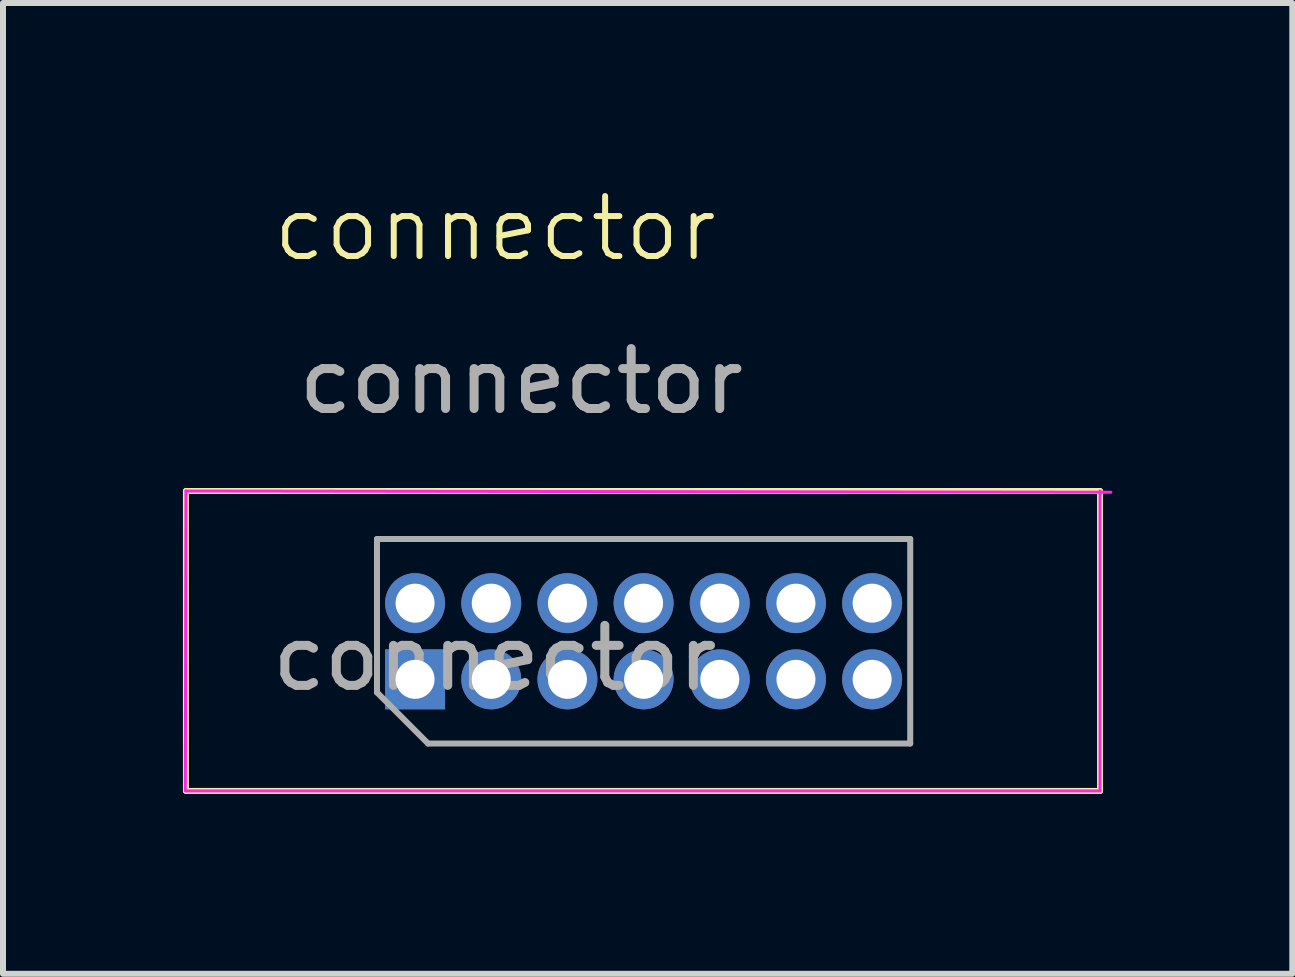
<source format=kicad_pcb>
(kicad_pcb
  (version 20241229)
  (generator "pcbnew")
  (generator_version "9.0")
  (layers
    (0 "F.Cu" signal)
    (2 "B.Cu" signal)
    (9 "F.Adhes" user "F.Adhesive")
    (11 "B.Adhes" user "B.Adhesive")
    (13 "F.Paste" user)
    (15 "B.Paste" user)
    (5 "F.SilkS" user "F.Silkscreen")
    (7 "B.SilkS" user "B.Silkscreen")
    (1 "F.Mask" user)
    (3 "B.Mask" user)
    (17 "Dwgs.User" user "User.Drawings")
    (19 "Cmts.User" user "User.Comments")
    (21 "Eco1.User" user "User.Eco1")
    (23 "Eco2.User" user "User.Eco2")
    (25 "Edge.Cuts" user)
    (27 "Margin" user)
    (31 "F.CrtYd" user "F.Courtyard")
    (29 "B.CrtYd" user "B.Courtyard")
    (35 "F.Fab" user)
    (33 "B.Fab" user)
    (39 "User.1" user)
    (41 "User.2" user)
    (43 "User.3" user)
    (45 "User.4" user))
  (footprint "connector"
    (layer "F.Cu")
    (at 7.67 7.636)
    (property "Reference" "connector" (at -2.465 -6.875 0) (unlocked yes) (layer "F.SilkS") (effects (font (size 1 1) (thickness 0.1))))
    (attr through_hole)
    (fp_line (start -7.62 -2.5) (end 7.62 -2.5) (stroke (width 0.1) (type default)) (layer "F.SilkS"))
    (fp_line (start -7.62 2.5) (end -7.62 -2.5) (stroke (width 0.1) (type default)) (layer "F.SilkS"))
    (fp_line (start 7.62 -2.5) (end 7.62 2.5) (stroke (width 0.1) (type default)) (layer "F.SilkS"))
    (fp_line (start 7.62 2.5) (end -7.62 2.5) (stroke (width 0.1) (type default)) (layer "F.SilkS"))
    (fp_line (start -7.62 -2.5) (end -7.63 2.5) (stroke (width 0.05) (type solid)) (layer "F.CrtYd"))
    (fp_line (start -7.62 2.5) (end 7.62 2.5) (stroke (width 0.05) (type solid)) (layer "F.CrtYd"))
    (fp_line (start 7.62 2.49) (end 7.62 -2.5) (stroke (width 0.05) (type solid)) (layer "F.CrtYd"))
    (fp_line (start 7.8 -2.48) (end -7.62 -2.5) (stroke (width 0.05) (type solid)) (layer "F.CrtYd"))
    (fp_line (start -4.435 -1.7) (end 4.455 -1.7) (stroke (width 0.1) (type solid)) (layer "F.Fab"))
    (fp_line (start -4.435 0.858) (end -4.435 -1.7) (stroke (width 0.1) (type solid)) (layer "F.Fab"))
    (fp_line (start -3.583 1.71) (end -4.435 0.858) (stroke (width 0.1) (type solid)) (layer "F.Fab"))
    (fp_line (start 4.455 -1.7) (end 4.455 1.71) (stroke (width 0.1) (type solid)) (layer "F.Fab"))
    (fp_line (start 4.455 1.71) (end -3.583 1.71) (stroke (width 0.1) (type solid)) (layer "F.Fab"))
    (fp_text user "${REFERENCE}" (at -2.03 -4.33 0) (unlocked yes) (layer "F.Fab") (effects (font (size 1 1) (thickness 0.15))))
    (fp_text user "${REFERENCE}" (at -2.47 0.285 0) (layer "F.Fab") (effects (font (size 1 1) (thickness 0.15))))
    (pad "1" thru_hole rect (at -3.8 0.64 90) (size 1 1) (drill 0.65) (layers "*.Cu" "*.Mask"))
    (pad "2" thru_hole oval (at -3.8 -0.63 90) (size 1 1) (drill 0.65) (layers "*.Cu" "*.Mask"))
    (pad "3" thru_hole oval (at -2.53 0.64 90) (size 1 1) (drill 0.65) (layers "*.Cu" "*.Mask"))
    (pad "4" thru_hole oval (at -2.53 -0.63 90) (size 1 1) (drill 0.65) (layers "*.Cu" "*.Mask"))
    (pad "5" thru_hole oval (at -1.26 0.64 90) (size 1 1) (drill 0.65) (layers "*.Cu" "*.Mask"))
    (pad "6" thru_hole oval (at -1.26 -0.63 90) (size 1 1) (drill 0.65) (layers "*.Cu" "*.Mask"))
    (pad "7" thru_hole oval (at 0.01 0.64 90) (size 1 1) (drill 0.65) (layers "*.Cu" "*.Mask"))
    (pad "8" thru_hole oval (at 0.01 -0.63 90) (size 1 1) (drill 0.65) (layers "*.Cu" "*.Mask"))
    (pad "9" thru_hole oval (at 1.28 0.64 90) (size 1 1) (drill 0.65) (layers "*.Cu" "*.Mask"))
    (pad "10" thru_hole oval (at 1.28 -0.63 90) (size 1 1) (drill 0.65) (layers "*.Cu" "*.Mask"))
    (pad "11" thru_hole oval (at 2.55 0.64 90) (size 1 1) (drill 0.65) (layers "*.Cu" "*.Mask"))
    (pad "12" thru_hole oval (at 2.55 -0.63 90) (size 1 1) (drill 0.65) (layers "*.Cu" "*.Mask"))
    (pad "13" thru_hole oval (at 3.82 0.64 90) (size 1 1) (drill 0.65) (layers "*.Cu" "*.Mask"))
    (pad "14" thru_hole oval (at 3.82 -0.63 90) (size 1 1) (drill 0.65) (layers "*.Cu" "*.Mask")))
  (gr_rect
    (start -3 -3)
    (end 18.495 13.185)
    (stroke (width 0.1) (type default))
    (fill no)
    (layer "Edge.Cuts")))
</source>
